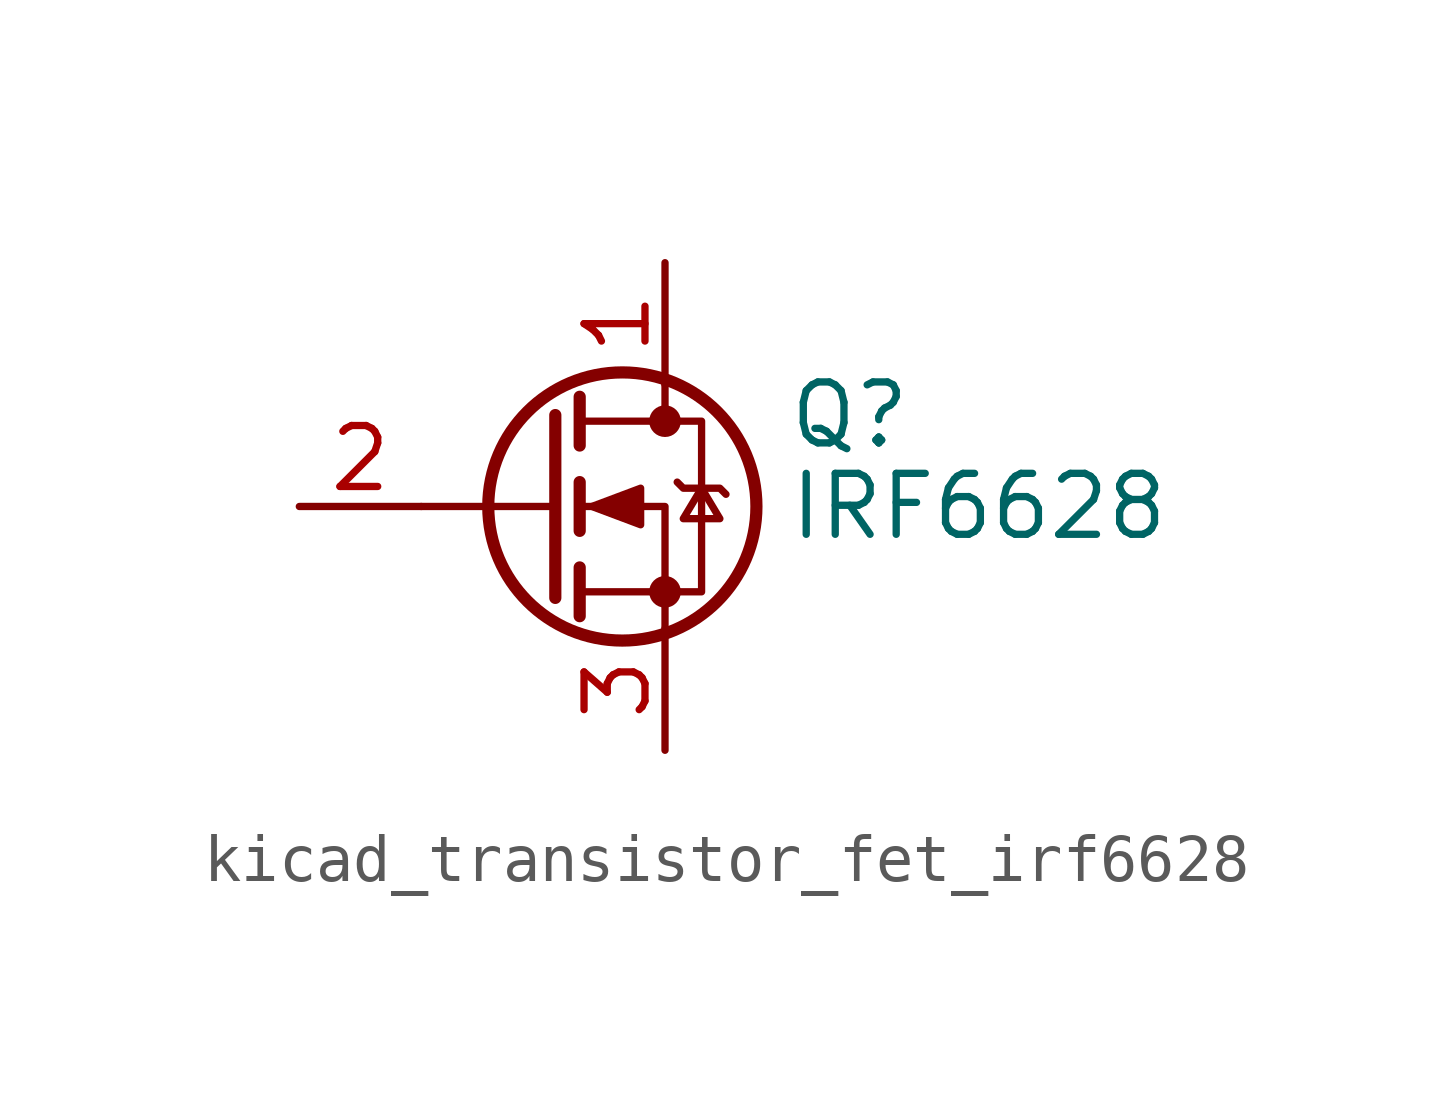
<source format=kicad_sym>
(kicad_symbol_lib
  (version 20220914)
  (generator kicad_symbol_editor)
  (symbol "kicad_transistor_fet_irf6628"
    (pin_names hide)
    (property "Reference" "Q"
      (at 5.08 1.905 0)
      (effects (font (size 1.27 1.27)) (justify left)))
    (property "Value" "IRF6628"
      (at 5.08 0 0)
      (effects (font (size 1.27 1.27)) (justify left)))
    (symbol "kicad_transistor_fet_irf6628_0_1"
      (polyline (pts (xy 0.254 0) (xy -2.54 0)) (stroke (width 0) (type default)) (fill (type none)))
      (polyline (pts (xy 0.254 1.905) (xy 0.254 -1.905)) (stroke (width 0.254) (type default)) (fill (type none)))
      (polyline (pts (xy 0.762 -1.27) (xy 0.762 -2.286)) (stroke (width 0.254) (type default)) (fill (type none)))
      (polyline (pts (xy 0.762 0.508) (xy 0.762 -0.508)) (stroke (width 0.254) (type default)) (fill (type none)))
      (polyline (pts (xy 0.762 2.286) (xy 0.762 1.27)) (stroke (width 0.254) (type default)) (fill (type none)))
      (polyline (pts (xy 2.54 2.54) (xy 2.54 1.778)) (stroke (width 0) (type default)) (fill (type none)))
      (polyline (pts (xy 2.54 -2.54) (xy 2.54 0) (xy 0.762 0)) (stroke (width 0) (type default)) (fill (type none)))
      (polyline (pts (xy 0.762 -1.778) (xy 3.302 -1.778) (xy 3.302 1.778) (xy 0.762 1.778)) (stroke (width 0) (type default)) (fill (type none)))
      (polyline (pts (xy 1.016 0) (xy 2.032 0.381) (xy 2.032 -0.381) (xy 1.016 0)) (stroke (width 0) (type default)) (fill (type outline)))
      (polyline (pts (xy 2.794 0.508) (xy 2.921 0.381) (xy 3.683 0.381) (xy 3.81 0.254)) (stroke (width 0) (type default)) (fill (type none)))
      (polyline (pts (xy 3.302 0.381) (xy 2.921 -0.254) (xy 3.683 -0.254) (xy 3.302 0.381)) (stroke (width 0) (type default)) (fill (type none)))
      (circle (center 1.651 0) (radius 2.794) (stroke (width 0.254) (type default)) (fill (type none)))
      (circle (center 2.54 -1.778) (radius 0.254) (stroke (width 0) (type default)) (fill (type outline)))
      (circle (center 2.54 1.778) (radius 0.254) (stroke (width 0) (type default)) (fill (type outline))))
    (symbol "kicad_transistor_fet_irf6628_1_1"
      (pin passive line (at 2.54 5.08 270) (length 2.54) (name "D" (effects (font (size 1.27 1.27)))) (number "1" (effects (font (size 1.27 1.27)))))
      (pin input line (at -5.08 0 0) (length 2.54) (name "G" (effects (font (size 1.27 1.27)))) (number "2" (effects (font (size 1.27 1.27)))))
      (pin passive line (at 2.54 -5.08 90) (length 2.54) (name "S" (effects (font (size 1.27 1.27)))) (number "3" (effects (font (size 1.27 1.27))))))))
</source>
